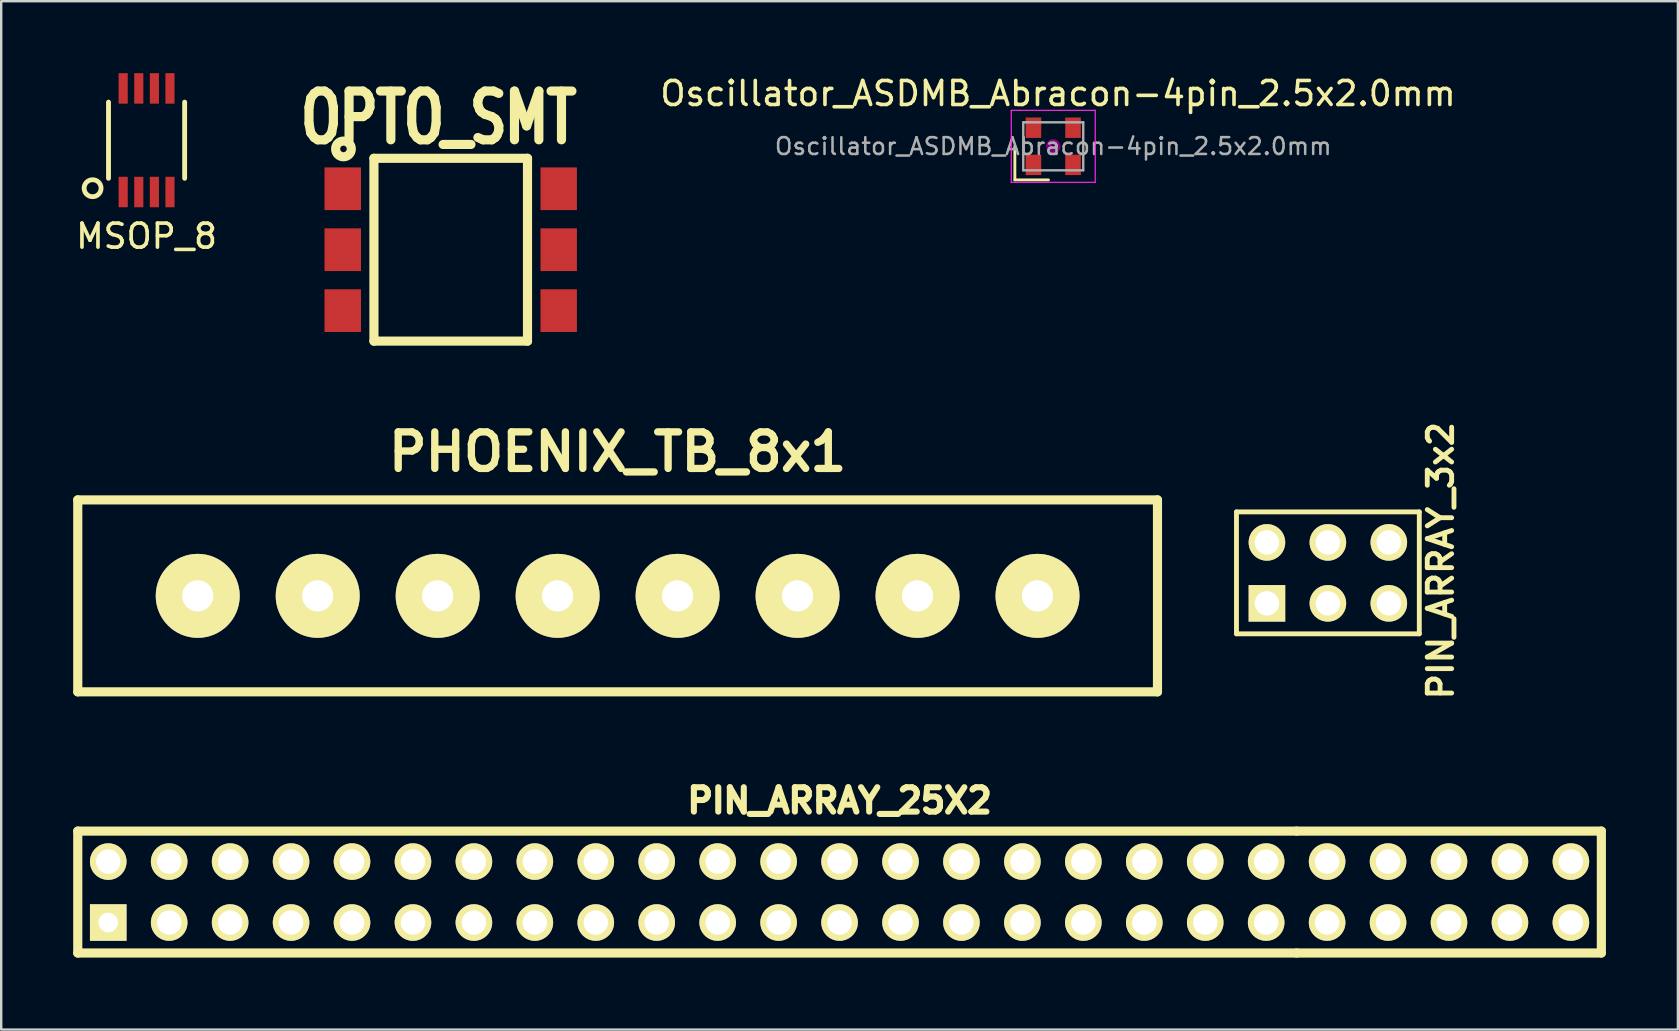
<source format=kicad_pcb>
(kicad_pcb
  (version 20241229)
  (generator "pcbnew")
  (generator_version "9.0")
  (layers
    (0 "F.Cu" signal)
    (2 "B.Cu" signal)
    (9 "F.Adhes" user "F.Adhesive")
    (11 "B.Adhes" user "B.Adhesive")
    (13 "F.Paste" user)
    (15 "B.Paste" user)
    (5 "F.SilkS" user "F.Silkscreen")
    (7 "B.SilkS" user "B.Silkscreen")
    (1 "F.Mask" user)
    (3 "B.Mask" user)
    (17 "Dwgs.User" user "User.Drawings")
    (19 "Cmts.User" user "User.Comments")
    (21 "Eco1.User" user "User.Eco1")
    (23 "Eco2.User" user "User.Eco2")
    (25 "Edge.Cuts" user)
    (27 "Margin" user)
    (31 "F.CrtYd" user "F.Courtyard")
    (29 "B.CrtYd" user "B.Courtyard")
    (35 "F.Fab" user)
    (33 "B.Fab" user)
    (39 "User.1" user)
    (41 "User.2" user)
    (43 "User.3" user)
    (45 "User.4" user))
  (footprint "Oscillator_ASDMB_Abracon-4pin_2.5x2.0mm"
    (layer "F.Cu")
    (at 40.847 3.048)
    (property "Reference" "Oscillator_ASDMB_Abracon-4pin_2.5x2.0mm" (at 0.2 -2.2 0) (layer "F.SilkS") (effects (font (size 1 1) (thickness 0.15))))
    (attr smd)
    (fp_line (start -1.6 0) (end -1.6 1.4) (stroke (width 0.12) (type solid)) (layer "F.SilkS"))
    (fp_line (start -1.6 1.4) (end -0.2 1.4) (stroke (width 0.12) (type solid)) (layer "F.SilkS"))
    (fp_circle (center 0 0) (end 0.058 0) (stroke (width 0.117) (type solid)) (fill no) (layer "F.Adhes"))
    (fp_circle (center 0 0) (end 0.133 0) (stroke (width 0.083) (type solid)) (fill no) (layer "F.Adhes"))
    (fp_circle (center 0 0) (end 0.208 0) (stroke (width 0.083) (type solid)) (fill no) (layer "F.Adhes"))
    (fp_circle (center 0 0) (end 0.25 0) (stroke (width 0.1) (type solid)) (fill no) (layer "F.Adhes"))
    (fp_line (start -1.75 -1.5) (end -1.75 1.5) (stroke (width 0.05) (type solid)) (layer "F.CrtYd"))
    (fp_line (start -1.75 1.5) (end 1.75 1.5) (stroke (width 0.05) (type solid)) (layer "F.CrtYd"))
    (fp_line (start 1.75 -1.5) (end -1.75 -1.5) (stroke (width 0.05) (type solid)) (layer "F.CrtYd"))
    (fp_line (start 1.75 1.5) (end 1.75 -1.5) (stroke (width 0.05) (type solid)) (layer "F.CrtYd"))
    (fp_line (start -1.25 -1) (end 1.25 -1) (stroke (width 0.1) (type solid)) (layer "F.Fab"))
    (fp_line (start -1.25 1) (end -1.25 -1) (stroke (width 0.1) (type solid)) (layer "F.Fab"))
    (fp_line (start 1.25 -1) (end 1.25 1) (stroke (width 0.1) (type solid)) (layer "F.Fab"))
    (fp_line (start 1.25 1) (end -1.25 1) (stroke (width 0.1) (type solid)) (layer "F.Fab"))
    (fp_text user "${REFERENCE}" (at 0 0 0) (layer "F.Fab") (effects (font (size 0.7 0.7) (thickness 0.105))))
    (pad "1" smd rect (at -0.825 0.775) (size 0.65 0.85) (layers "F.Cu" "F.Mask" "F.Paste"))
    (pad "2" smd rect (at 0.825 0.775) (size 0.65 0.85) (layers "F.Cu" "F.Mask" "F.Paste"))
    (pad "3" smd rect (at 0.825 -0.775) (size 0.65 0.85) (layers "F.Cu" "F.Mask" "F.Paste"))
    (pad "4" smd rect (at -0.825 -0.775) (size 0.65 0.85) (layers "F.Cu" "F.Mask" "F.Paste")))
  (footprint "MSOP_8"
    (layer "F.Cu")
    (at 3.059 2.794)
    (property "Reference" "MSOP_8" (at 0 4 0) (layer "F.SilkS") (effects (font (size 1.001 1.001) (thickness 0.152))))
    (attr through_hole)
    (fp_line (start -1.587 -1.587) (end -1.587 1.587) (stroke (width 0.203) (type solid)) (layer "F.SilkS"))
    (fp_line (start 1.587 1.587) (end 1.587 -1.587) (stroke (width 0.203) (type solid)) (layer "F.SilkS"))
    (fp_circle (center -2.25 2) (end -2 2.25) (stroke (width 0.2) (type solid)) (fill no) (layer "F.SilkS"))
    (pad "1" smd rect (at -0.975 2.159) (size 0.381 1.27) (layers "F.Cu" "F.Mask" "F.Paste"))
    (pad "2" smd rect (at -0.325 2.159) (size 0.381 1.27) (layers "F.Cu" "F.Mask" "F.Paste"))
    (pad "3" smd rect (at 0.325 2.159) (size 0.381 1.27) (layers "F.Cu" "F.Mask" "F.Paste"))
    (pad "4" smd rect (at 0.975 2.159) (size 0.381 1.27) (layers "F.Cu" "F.Mask" "F.Paste"))
    (pad "5" smd rect (at 0.975 -2.159) (size 0.381 1.27) (layers "F.Cu" "F.Mask" "F.Paste"))
    (pad "6" smd rect (at 0.325 -2.159) (size 0.381 1.27) (layers "F.Cu" "F.Mask" "F.Paste"))
    (pad "7" smd rect (at -0.325 -2.159) (size 0.381 1.27) (layers "F.Cu" "F.Mask" "F.Paste"))
    (pad "8" smd rect (at -0.975 -2.159) (size 0.381 1.27) (layers "F.Cu" "F.Mask" "F.Paste")))
  (footprint "PHOENIX_TB_8x1"
    (layer "F.Cu")
    (at 22.691 21.784)
    (property "Reference" "PHOENIX_TB_8x1" (at 0 -6 0) (layer "F.SilkS") (effects (font (size 1.524 1.524) (thickness 0.305))))
    (attr through_hole)
    (fp_line (start -22.5 -4) (end 22.5 -4) (stroke (width 0.381) (type solid)) (layer "F.SilkS"))
    (fp_line (start -22.5 4) (end -22.5 -4) (stroke (width 0.381) (type solid)) (layer "F.SilkS"))
    (fp_line (start 22.5 -4) (end 22.5 4) (stroke (width 0.381) (type solid)) (layer "F.SilkS"))
    (fp_line (start 22.5 4) (end -22.5 4) (stroke (width 0.381) (type solid)) (layer "F.SilkS"))
    (pad "1" thru_hole circle (at -17.5 0) (size 3.5 3.5) (drill 1.3) (layers "*.Cu" "*.Mask" "F.SilkS"))
    (pad "2" thru_hole circle (at -12.5 0) (size 3.5 3.5) (drill 1.3) (layers "*.Cu" "*.Mask" "F.SilkS"))
    (pad "3" thru_hole circle (at -7.5 0) (size 3.5 3.5) (drill 1.3) (layers "*.Cu" "*.Mask" "F.SilkS"))
    (pad "4" thru_hole circle (at -2.5 0) (size 3.5 3.5) (drill 1.3) (layers "*.Cu" "*.Mask" "F.SilkS"))
    (pad "5" thru_hole circle (at 2.5 0) (size 3.5 3.5) (drill 1.3) (layers "*.Cu" "*.Mask" "F.SilkS"))
    (pad "6" thru_hole circle (at 7.5 0) (size 3.5 3.5) (drill 1.3) (layers "*.Cu" "*.Mask" "F.SilkS"))
    (pad "7" thru_hole circle (at 12.5 0) (size 3.5 3.5) (drill 1.3) (layers "*.Cu" "*.Mask" "F.SilkS"))
    (pad "8" thru_hole circle (at 17.5 0) (size 3.5 3.5) (drill 1.3) (layers "*.Cu" "*.Mask" "F.SilkS")))
  (footprint "PIN_ARRAY_3x2"
    (layer "F.Cu")
    (at 52.293 20.826)
    (property "Reference" "PIN_ARRAY_3x2" (at 4.699 -0.508 90) (layer "F.SilkS") (effects (font (size 1.016 1.016) (thickness 0.203))))
    (attr through_hole)
    (fp_line (start -3.81 -2.54) (end 3.81 -2.54) (stroke (width 0.203) (type solid)) (layer "F.SilkS"))
    (fp_line (start -3.81 2.54) (end -3.81 -2.54) (stroke (width 0.203) (type solid)) (layer "F.SilkS"))
    (fp_line (start 3.81 -2.54) (end 3.81 2.54) (stroke (width 0.203) (type solid)) (layer "F.SilkS"))
    (fp_line (start 3.81 2.54) (end -3.81 2.54) (stroke (width 0.203) (type solid)) (layer "F.SilkS"))
    (pad "1" thru_hole rect (at -2.54 1.27) (size 1.524 1.524) (drill 1.016) (layers "*.Cu" "*.Mask" "F.SilkS"))
    (pad "2" thru_hole circle (at -2.54 -1.27) (size 1.524 1.524) (drill 1.016) (layers "*.Cu" "*.Mask" "F.SilkS"))
    (pad "3" thru_hole circle (at 0 1.27) (size 1.524 1.524) (drill 1.016) (layers "*.Cu" "*.Mask" "F.SilkS"))
    (pad "4" thru_hole circle (at 0 -1.27) (size 1.524 1.524) (drill 1.016) (layers "*.Cu" "*.Mask" "F.SilkS"))
    (pad "5" thru_hole circle (at 2.54 1.27) (size 1.524 1.524) (drill 1.016) (layers "*.Cu" "*.Mask" "F.SilkS"))
    (pad "6" thru_hole circle (at 2.54 -1.27) (size 1.524 1.524) (drill 1.016) (layers "*.Cu" "*.Mask" "F.SilkS")))
  (footprint "OPTO_SMT"
    (layer "F.Cu")
    (at 15.735 7.357)
    (property "Reference" "OPTO_SMT" (at -0.5 -5.5 0) (layer "F.SilkS") (effects (font (size 2.032 1.524) (thickness 0.381))))
    (attr through_hole)
    (fp_line (start -3.2 -3.81) (end -3.2 3.81) (stroke (width 0.381) (type solid)) (layer "F.SilkS"))
    (fp_line (start -3.2 3.81) (end 3.2 3.81) (stroke (width 0.381) (type solid)) (layer "F.SilkS"))
    (fp_line (start 3.2 -3.81) (end -3.2 -3.81) (stroke (width 0.381) (type solid)) (layer "F.SilkS"))
    (fp_line (start 3.2 3.81) (end 3.2 -3.81) (stroke (width 0.381) (type solid)) (layer "F.SilkS"))
    (fp_circle (center -4.47 -4.2) (end -4.15 -4.13) (stroke (width 0.381) (type solid)) (fill no) (layer "F.SilkS"))
    (pad "1" smd rect (at -4.5 -2.54) (size 1.52 1.78) (layers "F.Cu" "F.Mask" "F.Paste"))
    (pad "2" smd rect (at -4.5 0) (size 1.52 1.78) (layers "F.Cu" "F.Mask" "F.Paste"))
    (pad "3" smd rect (at -4.5 2.54) (size 1.52 1.78) (layers "F.Cu" "F.Mask" "F.Paste"))
    (pad "4" smd rect (at 4.5 2.54) (size 1.52 1.78) (layers "F.Cu" "F.Mask" "F.Paste"))
    (pad "5" smd rect (at 4.5 0) (size 1.52 1.78) (layers "F.Cu" "F.Mask" "F.Paste"))
    (pad "6" smd rect (at 4.5 -2.54) (size 1.52 1.78) (layers "F.Cu" "F.Mask" "F.Paste")))
  (footprint "PIN_ARRAY_25X2"
    (layer "F.Cu")
    (at 31.941 34.129)
    (property "Reference" "PIN_ARRAY_25X2" (at 0 -3.81 0) (layer "F.SilkS") (effects (font (size 1.016 1.016) (thickness 0.274))))
    (attr through_hole)
    (fp_line (start -31.75 -2.54) (end -31.75 2.54) (stroke (width 0.381) (type solid)) (layer "F.SilkS"))
    (fp_line (start 19.05 -2.54) (end -31.75 -2.54) (stroke (width 0.381) (type solid)) (layer "F.SilkS"))
    (fp_line (start 19.05 2.54) (end -31.75 2.54) (stroke (width 0.381) (type solid)) (layer "F.SilkS"))
    (fp_line (start 19.05 2.54) (end 31.75 2.54) (stroke (width 0.381) (type solid)) (layer "F.SilkS"))
    (fp_line (start 31.75 -2.54) (end 19.05 -2.54) (stroke (width 0.381) (type solid)) (layer "F.SilkS"))
    (fp_line (start 31.75 2.54) (end 31.75 -2.54) (stroke (width 0.381) (type solid)) (layer "F.SilkS"))
    (pad "1" thru_hole rect (at -30.48 1.27) (size 1.524 1.524) (drill 0.813) (layers "*.Cu" "*.Mask" "F.SilkS"))
    (pad "2" thru_hole circle (at -30.48 -1.27) (size 1.524 1.524) (drill 1.016) (layers "*.Cu" "*.Mask" "F.SilkS"))
    (pad "3" thru_hole circle (at -27.94 1.27) (size 1.524 1.524) (drill 1.016) (layers "*.Cu" "*.Mask" "F.SilkS"))
    (pad "4" thru_hole circle (at -27.94 -1.27) (size 1.524 1.524) (drill 1.016) (layers "*.Cu" "*.Mask" "F.SilkS"))
    (pad "5" thru_hole circle (at -25.4 1.27) (size 1.524 1.524) (drill 1.016) (layers "*.Cu" "*.Mask" "F.SilkS"))
    (pad "6" thru_hole circle (at -25.4 -1.27) (size 1.524 1.524) (drill 1.016) (layers "*.Cu" "*.Mask" "F.SilkS"))
    (pad "7" thru_hole circle (at -22.86 1.27) (size 1.524 1.524) (drill 1.016) (layers "*.Cu" "*.Mask" "F.SilkS"))
    (pad "8" thru_hole circle (at -22.86 -1.27) (size 1.524 1.524) (drill 1.016) (layers "*.Cu" "*.Mask" "F.SilkS"))
    (pad "9" thru_hole circle (at -20.32 1.27) (size 1.524 1.524) (drill 1.016) (layers "*.Cu" "*.Mask" "F.SilkS"))
    (pad "10" thru_hole circle (at -20.32 -1.27) (size 1.524 1.524) (drill 1.016) (layers "*.Cu" "*.Mask" "F.SilkS"))
    (pad "11" thru_hole circle (at -17.78 1.27) (size 1.524 1.524) (drill 1.016) (layers "*.Cu" "*.Mask" "F.SilkS"))
    (pad "12" thru_hole circle (at -17.78 -1.27) (size 1.524 1.524) (drill 1.016) (layers "*.Cu" "*.Mask" "F.SilkS"))
    (pad "13" thru_hole circle (at -15.24 1.27) (size 1.524 1.524) (drill 1.016) (layers "*.Cu" "*.Mask" "F.SilkS"))
    (pad "14" thru_hole circle (at -15.24 -1.27) (size 1.524 1.524) (drill 1.016) (layers "*.Cu" "*.Mask" "F.SilkS"))
    (pad "15" thru_hole circle (at -12.7 1.27) (size 1.524 1.524) (drill 1.016) (layers "*.Cu" "*.Mask" "F.SilkS"))
    (pad "16" thru_hole circle (at -12.7 -1.27) (size 1.524 1.524) (drill 1.016) (layers "*.Cu" "*.Mask" "F.SilkS"))
    (pad "17" thru_hole circle (at -10.16 1.27) (size 1.524 1.524) (drill 1.016) (layers "*.Cu" "*.Mask" "F.SilkS"))
    (pad "18" thru_hole circle (at -10.16 -1.27) (size 1.524 1.524) (drill 1.016) (layers "*.Cu" "*.Mask" "F.SilkS"))
    (pad "19" thru_hole circle (at -7.62 1.27) (size 1.524 1.524) (drill 1.016) (layers "*.Cu" "*.Mask" "F.SilkS"))
    (pad "20" thru_hole circle (at -7.62 -1.27) (size 1.524 1.524) (drill 1.016) (layers "*.Cu" "*.Mask" "F.SilkS"))
    (pad "21" thru_hole circle (at -5.08 1.27) (size 1.524 1.524) (drill 1.016) (layers "*.Cu" "*.Mask" "F.SilkS"))
    (pad "22" thru_hole circle (at -5.08 -1.27) (size 1.524 1.524) (drill 1.016) (layers "*.Cu" "*.Mask" "F.SilkS"))
    (pad "23" thru_hole circle (at -2.54 1.27) (size 1.524 1.524) (drill 1.016) (layers "*.Cu" "*.Mask" "F.SilkS"))
    (pad "24" thru_hole circle (at -2.54 -1.27) (size 1.524 1.524) (drill 1.016) (layers "*.Cu" "*.Mask" "F.SilkS"))
    (pad "25" thru_hole circle (at 0 1.27) (size 1.524 1.524) (drill 1.016) (layers "*.Cu" "*.Mask" "F.SilkS"))
    (pad "26" thru_hole circle (at 0 -1.27) (size 1.524 1.524) (drill 1.016) (layers "*.Cu" "*.Mask" "F.SilkS"))
    (pad "27" thru_hole circle (at 2.54 1.27) (size 1.524 1.524) (drill 1.016) (layers "*.Cu" "*.Mask" "F.SilkS"))
    (pad "28" thru_hole circle (at 2.54 -1.27) (size 1.524 1.524) (drill 1.016) (layers "*.Cu" "*.Mask" "F.SilkS"))
    (pad "29" thru_hole circle (at 5.08 1.27) (size 1.524 1.524) (drill 1.016) (layers "*.Cu" "*.Mask" "F.SilkS"))
    (pad "30" thru_hole circle (at 5.08 -1.27) (size 1.524 1.524) (drill 1.016) (layers "*.Cu" "*.Mask" "F.SilkS"))
    (pad "31" thru_hole circle (at 7.62 1.27) (size 1.524 1.524) (drill 1.016) (layers "*.Cu" "*.Mask" "F.SilkS"))
    (pad "32" thru_hole circle (at 7.62 -1.27) (size 1.524 1.524) (drill 1.016) (layers "*.Cu" "*.Mask" "F.SilkS"))
    (pad "33" thru_hole circle (at 10.16 1.27) (size 1.524 1.524) (drill 1.016) (layers "*.Cu" "*.Mask" "F.SilkS"))
    (pad "34" thru_hole circle (at 10.16 -1.27) (size 1.524 1.524) (drill 1.016) (layers "*.Cu" "*.Mask" "F.SilkS"))
    (pad "35" thru_hole circle (at 12.7 1.27) (size 1.524 1.524) (drill 1.016) (layers "*.Cu" "*.Mask" "F.SilkS"))
    (pad "36" thru_hole circle (at 12.7 -1.27) (size 1.524 1.524) (drill 1.016) (layers "*.Cu" "*.Mask" "F.SilkS"))
    (pad "37" thru_hole circle (at 15.24 1.27) (size 1.524 1.524) (drill 1.016) (layers "*.Cu" "*.Mask" "F.SilkS"))
    (pad "38" thru_hole circle (at 15.24 -1.27) (size 1.524 1.524) (drill 1.016) (layers "*.Cu" "*.Mask" "F.SilkS"))
    (pad "39" thru_hole circle (at 17.78 1.27) (size 1.524 1.524) (drill 1.016) (layers "*.Cu" "*.Mask" "F.SilkS"))
    (pad "40" thru_hole circle (at 17.78 -1.27) (size 1.524 1.524) (drill 1.016) (layers "*.Cu" "*.Mask" "F.SilkS"))
    (pad "41" thru_hole circle (at 20.32 1.27) (size 1.524 1.524) (drill 1.016) (layers "*.Cu" "*.Mask" "F.SilkS"))
    (pad "42" thru_hole circle (at 20.32 -1.27) (size 1.524 1.524) (drill 1.016) (layers "*.Cu" "*.Mask" "F.SilkS"))
    (pad "43" thru_hole circle (at 22.86 1.27) (size 1.524 1.524) (drill 1.016) (layers "*.Cu" "*.Mask" "F.SilkS"))
    (pad "44" thru_hole circle (at 22.86 -1.27) (size 1.524 1.524) (drill 1.016) (layers "*.Cu" "*.Mask" "F.SilkS"))
    (pad "45" thru_hole circle (at 25.4 1.27) (size 1.524 1.524) (drill 1.016) (layers "*.Cu" "*.Mask" "F.SilkS"))
    (pad "46" thru_hole circle (at 25.4 -1.27) (size 1.524 1.524) (drill 1.016) (layers "*.Cu" "*.Mask" "F.SilkS"))
    (pad "47" thru_hole circle (at 27.94 1.27) (size 1.524 1.524) (drill 1.016) (layers "*.Cu" "*.Mask" "F.SilkS"))
    (pad "48" thru_hole circle (at 27.94 -1.27) (size 1.524 1.524) (drill 1.016) (layers "*.Cu" "*.Mask" "F.SilkS"))
    (pad "49" thru_hole circle (at 30.48 1.27) (size 1.524 1.524) (drill 1.016) (layers "*.Cu" "*.Mask" "F.SilkS"))
    (pad "50" thru_hole circle (at 30.48 -1.27) (size 1.524 1.524) (drill 1.016) (layers "*.Cu" "*.Mask" "F.SilkS")))
  (gr_rect
    (start -3 -3)
    (end 66.881 39.86)
    (stroke (width 0.1) (type default))
    (fill no)
    (layer "Edge.Cuts")))
</source>
